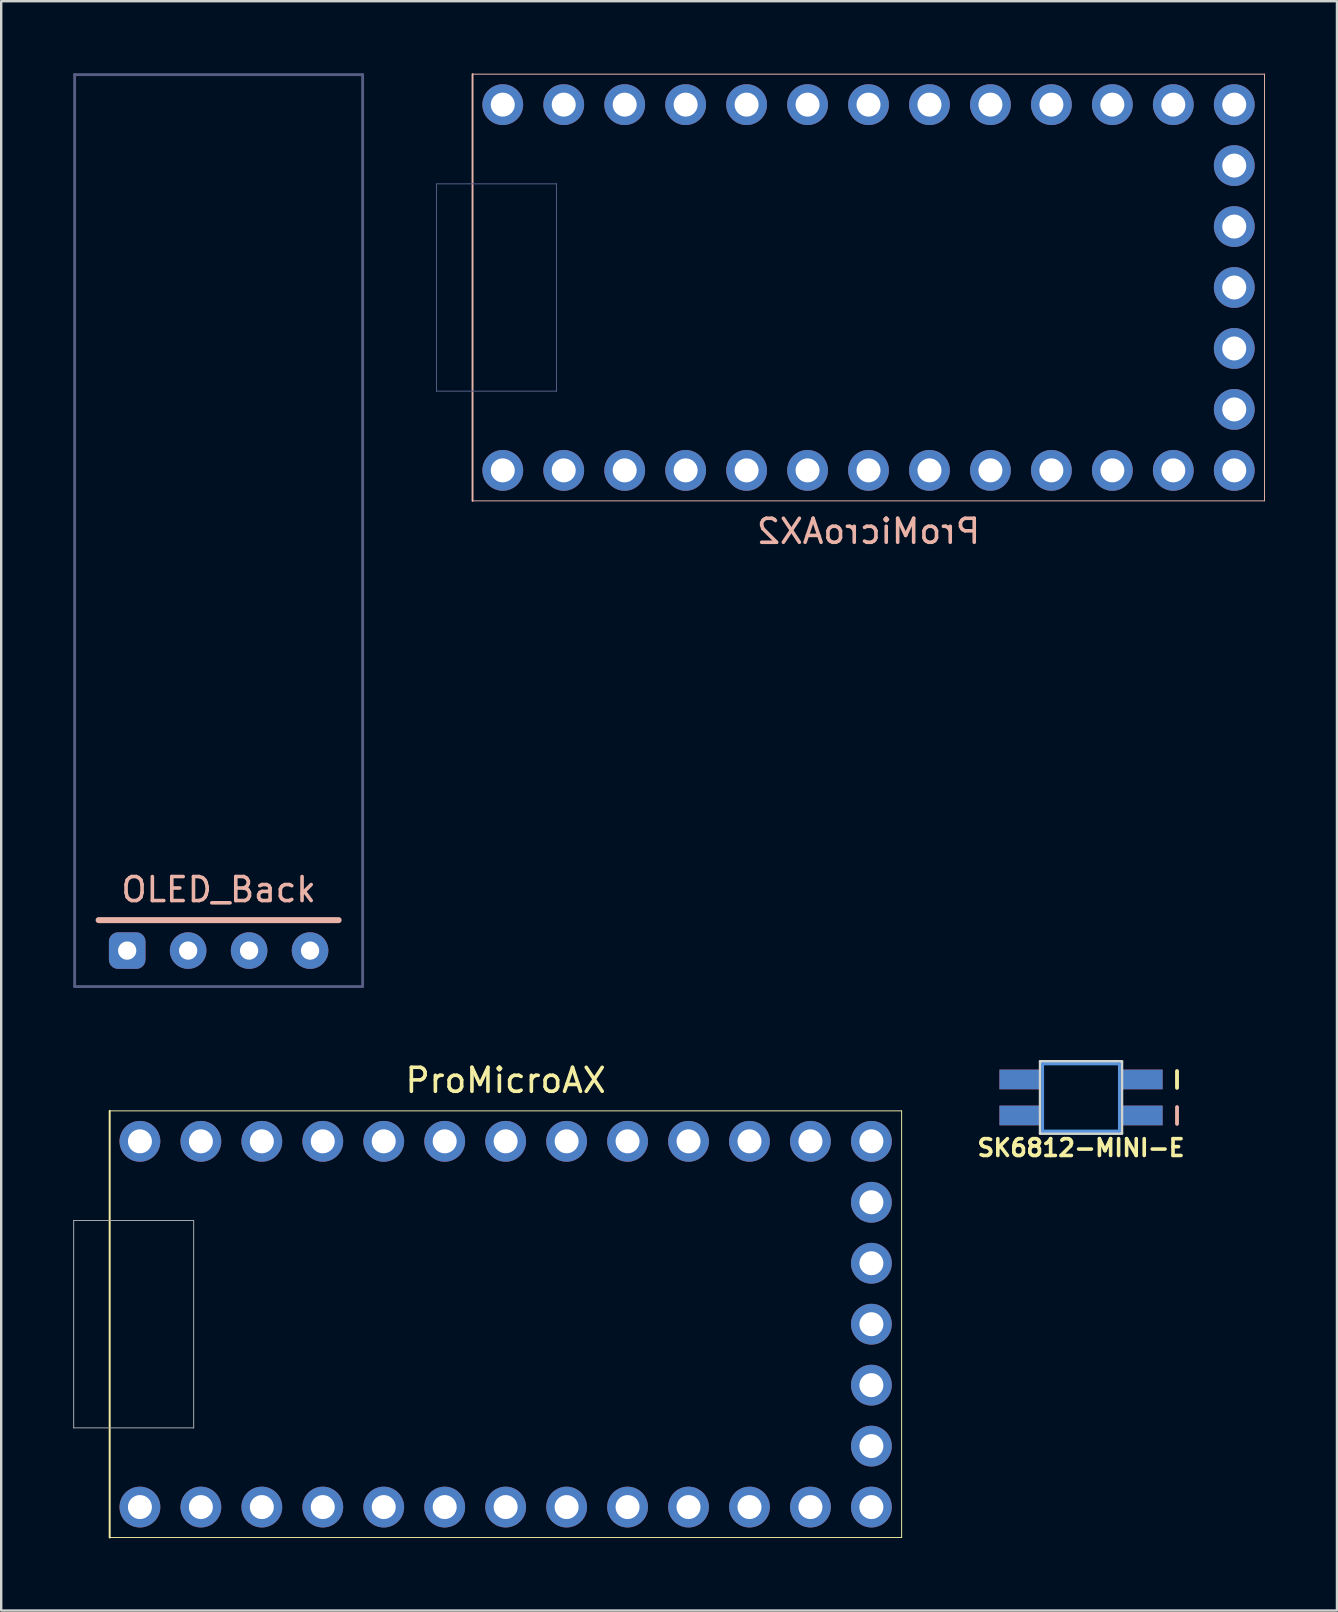
<source format=kicad_pcb>
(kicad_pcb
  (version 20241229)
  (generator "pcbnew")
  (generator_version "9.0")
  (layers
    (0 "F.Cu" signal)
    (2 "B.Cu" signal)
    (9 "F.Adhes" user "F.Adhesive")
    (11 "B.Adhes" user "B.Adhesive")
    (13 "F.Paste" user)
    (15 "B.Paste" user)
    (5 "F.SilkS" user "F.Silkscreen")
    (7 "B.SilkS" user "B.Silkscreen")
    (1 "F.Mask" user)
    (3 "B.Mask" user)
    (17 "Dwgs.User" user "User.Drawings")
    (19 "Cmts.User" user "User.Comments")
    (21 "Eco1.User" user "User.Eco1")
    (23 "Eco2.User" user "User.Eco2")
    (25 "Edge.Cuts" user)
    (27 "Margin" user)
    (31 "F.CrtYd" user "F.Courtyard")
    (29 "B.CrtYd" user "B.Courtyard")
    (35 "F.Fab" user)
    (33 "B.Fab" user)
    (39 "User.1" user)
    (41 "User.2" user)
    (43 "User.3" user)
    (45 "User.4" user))
  (footprint "ProMicroAX"
    (layer "F.Cu")
    (at 18.02 52.128)
    (property "Reference" "ProMicroAX" (at 0 -10.16 0) (layer "F.SilkS") (effects (font (size 1 1) (thickness 0.15))))
    (attr through_hole)
    (fp_line (start -16.5 -8.89) (end -16.5 8.89) (stroke (width 0.08) (type solid)) (layer "F.SilkS"))
    (fp_line (start -16.5 -8.89) (end 16.5 -8.89) (stroke (width 0.04) (type solid)) (layer "F.SilkS"))
    (fp_line (start -16.5 8.89) (end 16.5 8.89) (stroke (width 0.04) (type solid)) (layer "F.SilkS"))
    (fp_line (start 16.5 -8.89) (end 16.5 8.89) (stroke (width 0.04) (type solid)) (layer "F.SilkS"))
    (fp_line (start -18 -4.32) (end -18 4.32) (stroke (width 0.04) (type solid)) (layer "F.Fab"))
    (fp_line (start -18 4.32) (end -13 4.32) (stroke (width 0.04) (type solid)) (layer "F.Fab"))
    (fp_line (start -13 -4.32) (end -18 -4.32) (stroke (width 0.04) (type solid)) (layer "F.Fab"))
    (fp_line (start -13 -4.32) (end -13 4.32) (stroke (width 0.04) (type solid)) (layer "F.Fab"))
    (pad "GND" thru_hole circle (at -10.16 -7.62) (size 1.7 1.7) (drill 1) (layers "*.Cu" "*.Mask"))
    (pad "GND" thru_hole circle (at -7.62 7.62) (size 1.7 1.7) (drill 1) (layers "*.Cu" "*.Mask"))
    (pad "GND" thru_hole circle (at -5.08 7.62) (size 1.7 1.7) (drill 1) (layers "*.Cu" "*.Mask"))
    (pad "P0" thru_hole circle (at -12.7 7.62) (size 1.7 1.7) (drill 1) (layers "*.Cu" "*.Mask"))
    (pad "P1" thru_hole circle (at -10.16 7.62) (size 1.7 1.7) (drill 1) (layers "*.Cu" "*.Mask"))
    (pad "P2" thru_hole circle (at -2.54 7.62) (size 1.7 1.7) (drill 1) (layers "*.Cu" "*.Mask"))
    (pad "P3" thru_hole circle (at 0 7.62) (size 1.7 1.7) (drill 1) (layers "*.Cu" "*.Mask"))
    (pad "P4" thru_hole circle (at 2.54 7.62) (size 1.7 1.7) (drill 1) (layers "*.Cu" "F.Mask"))
    (pad "P5" thru_hole circle (at 5.08 7.62) (size 1.7 1.7) (drill 1) (layers "*.Cu" "*.Mask"))
    (pad "P6" thru_hole circle (at 7.62 7.62) (size 1.7 1.7) (drill 1) (layers "*.Cu" "*.Mask"))
    (pad "P7" thru_hole circle (at 10.16 7.62) (size 1.7 1.7) (drill 1) (layers "*.Cu" "*.Mask"))
    (pad "P8" thru_hole circle (at 12.7 7.62) (size 1.7 1.7) (drill 1) (layers "*.Cu" "*.Mask"))
    (pad "P9" thru_hole circle (at 15.24 7.62) (size 1.7 1.7) (drill 1) (layers "*.Cu" "*.Mask"))
    (pad "P10" thru_hole circle (at -15.24 7.62) (size 1.7 1.7) (drill 1) (layers "*.Cu" "*.Mask"))
    (pad "P11" thru_hole circle (at -15.24 -7.62) (size 1.7 1.7) (drill 1) (layers "*.Cu" "*.Mask"))
    (pad "P12" thru_hole circle (at 15.24 5.08) (size 1.7 1.7) (drill 1) (layers "*.Cu" "*.Mask"))
    (pad "P13" thru_hole circle (at 15.24 2.54) (size 1.7 1.7) (drill 1) (layers "*.Cu" "*.Mask"))
    (pad "P14" thru_hole circle (at 15.24 0) (size 1.7 1.7) (drill 1) (layers "*.Cu" "*.Mask"))
    (pad "P15" thru_hole circle (at 15.24 -2.54) (size 1.7 1.7) (drill 1) (layers "*.Cu" "*.Mask"))
    (pad "P16" thru_hole circle (at 15.24 -5.08) (size 1.7 1.7) (drill 1) (layers "*.Cu" "*.Mask"))
    (pad "P20" thru_hole circle (at 10.16 -7.62) (size 1.7 1.7) (drill 1) (layers "*.Cu" "*.Mask"))
    (pad "P21" thru_hole circle (at 15.24 -7.62) (size 1.7 1.7) (drill 1) (layers "*.Cu" "*.Mask"))
    (pad "P22" thru_hole circle (at 7.62 -7.62) (size 1.7 1.7) (drill 1) (layers "*.Cu" "*.Mask"))
    (pad "P23" thru_hole circle (at 12.7 -7.62) (size 1.7 1.7) (drill 1) (layers "*.Cu" "*.Mask"))
    (pad "P26" thru_hole circle (at 5.08 -7.62) (size 1.7 1.7) (drill 1) (layers "*.Cu" "*.Mask"))
    (pad "P27" thru_hole circle (at 2.54 -7.62) (size 1.7 1.7) (drill 1) (layers "*.Cu" "F.Mask"))
    (pad "P28" thru_hole circle (at 0 -7.62) (size 1.7 1.7) (drill 1) (layers "*.Cu" "*.Mask"))
    (pad "P29" thru_hole circle (at -2.54 -7.62) (size 1.7 1.7) (drill 1) (layers "*.Cu" "*.Mask"))
    (pad "RAW" thru_hole circle (at -12.7 -7.62) (size 1.7 1.7) (drill 1) (layers "*.Cu" "*.Mask"))
    (pad "RST" thru_hole circle (at -7.62 -7.62) (size 1.7 1.7) (drill 1) (layers "*.Cu" "*.Mask"))
    (pad "VDD" thru_hole circle (at -5.08 -7.62) (size 1.7 1.7) (drill 1) (layers "*.Cu" "*.Mask")))
  (footprint "OLED_Back"
    (layer "F.Cu")
    (at 6.06 36.56)
    (property "Reference" "OLED_Back" (at 0 -2.54 0) (layer "B.SilkS") (effects (font (size 1 1) (thickness 0.15))))
    (attr through_hole)
    (fp_line (start 5 -1.27) (end -5 -1.27) (stroke (width 0.25) (type solid)) (layer "B.SilkS"))
    (fp_line (start -6 1.5) (end -6 -36.5) (stroke (width 0.12) (type solid)) (layer "B.Fab"))
    (fp_line (start -6 1.5) (end 6 1.5) (stroke (width 0.12) (type solid)) (layer "B.Fab"))
    (fp_line (start 6 -36.5) (end -6 -36.5) (stroke (width 0.12) (type solid)) (layer "B.Fab"))
    (fp_line (start 6 1.5) (end 6 -36.5) (stroke (width 0.12) (type solid)) (layer "B.Fab"))
    (pad "GND" thru_hole roundrect (at -3.81 0 180) (size 1.524 1.524) (drill 0.762) (layers "*.Cu" "*.Mask") (roundrect_rratio 0.25))
    (pad "SCL" thru_hole circle (at 1.27 0 180) (size 1.524 1.524) (drill 0.762) (layers "*.Cu" "*.Mask"))
    (pad "SDA" thru_hole circle (at 3.81 0 180) (size 1.524 1.524) (drill 0.762) (layers "*.Cu" "*.Mask"))
    (pad "VCC" thru_hole circle (at -1.27 0 180) (size 1.524 1.524) (drill 0.762) (layers "*.Cu" "*.Mask")))
  (footprint "SK6812-MINI-E"
    (layer "F.Cu")
    (at 41.995 42.68)
    (property "Reference" "SK6812-MINI-E" (at 0 2.1 0) (unlocked yes) (layer "F.SilkS") (effects (font (size 0.7 0.7) (thickness 0.15))))
    (attr through_hole)
    (fp_line (start 4 -0.4) (end 4 -1.1) (stroke (width 0.16) (type solid)) (layer "F.SilkS"))
    (fp_line (start 4 0.4) (end 4 1.1) (stroke (width 0.16) (type solid)) (layer "B.SilkS"))
    (fp_line (start -1.6 -1.4) (end 1.6 -1.4) (stroke (width 0.12) (type solid)) (layer "Cmts.User"))
    (fp_line (start -1.6 1.4) (end -1.6 -1.4) (stroke (width 0.12) (type solid)) (layer "Cmts.User"))
    (fp_line (start 1.6 -1.4) (end 1.6 1.4) (stroke (width 0.12) (type solid)) (layer "Cmts.User"))
    (fp_line (start 1.6 1.4) (end -1.6 1.4) (stroke (width 0.12) (type solid)) (layer "Cmts.User"))
    (fp_line (start -1.7 -1.5) (end 1.7 -1.5) (stroke (width 0.12) (type solid)) (layer "Edge.Cuts"))
    (fp_line (start -1.7 1.5) (end -1.7 -1.5) (stroke (width 0.12) (type solid)) (layer "Edge.Cuts"))
    (fp_line (start 1.7 -1.5) (end 1.7 1.5) (stroke (width 0.12) (type solid)) (layer "Edge.Cuts"))
    (fp_line (start 1.7 1.5) (end -1.7 1.5) (stroke (width 0.12) (type solid)) (layer "Edge.Cuts"))
    (pad "DIN" smd rect (at 2.55 -0.75) (size 1.7 0.82) (layers "B.Cu" "B.Mask" "B.Paste"))
    (pad "DIN" smd rect (at 2.55 0.75) (size 1.7 0.82) (layers "F.Cu" "F.Mask" "F.Paste"))
    (pad "DOUT" smd rect (at -2.55 -0.75) (size 1.7 0.82) (layers "F.Cu" "F.Mask" "F.Paste"))
    (pad "DOUT" smd rect (at -2.55 0.75) (size 1.7 0.82) (layers "B.Cu" "B.Mask" "B.Paste"))
    (pad "GND" smd rect (at 2.55 -0.75) (size 1.7 0.82) (layers "F.Cu" "F.Mask" "F.Paste"))
    (pad "GND" smd rect (at 2.55 0.75) (size 1.7 0.82) (layers "B.Cu" "B.Mask" "B.Paste"))
    (pad "VDD" smd rect (at -2.55 -0.75) (size 1.7 0.82) (layers "B.Cu" "B.Mask" "B.Paste"))
    (pad "VDD" smd rect (at -2.55 0.75) (size 1.7 0.82) (layers "F.Cu" "F.Mask" "F.Paste")))
  (footprint "ProMicroAX2"
    (layer "F.Cu")
    (at 33.14 8.93)
    (property "Reference" "ProMicroAX2" (at 0 10.16 0) (layer "B.SilkS") (effects (font (size 1 1) (thickness 0.15)) (justify mirror)))
    (attr through_hole)
    (fp_line (start -16.5 -8.89) (end 16.5 -8.89) (stroke (width 0.04) (type solid)) (layer "B.SilkS"))
    (fp_line (start -16.5 8.89) (end -16.5 -8.89) (stroke (width 0.08) (type solid)) (layer "B.SilkS"))
    (fp_line (start -16.5 8.89) (end 16.5 8.89) (stroke (width 0.04) (type solid)) (layer "B.SilkS"))
    (fp_line (start 16.5 8.89) (end 16.5 -8.89) (stroke (width 0.04) (type solid)) (layer "B.SilkS"))
    (fp_line (start -18 -4.32) (end -13 -4.32) (stroke (width 0.04) (type solid)) (layer "B.Fab"))
    (fp_line (start -18 4.32) (end -18 -4.32) (stroke (width 0.04) (type solid)) (layer "B.Fab"))
    (fp_line (start -13 4.32) (end -18 4.32) (stroke (width 0.04) (type solid)) (layer "B.Fab"))
    (fp_line (start -13 4.32) (end -13 -4.32) (stroke (width 0.04) (type solid)) (layer "B.Fab"))
    (pad "GND" thru_hole circle (at -10.16 7.62) (size 1.7 1.7) (drill 1) (layers "*.Cu" "*.Mask"))
    (pad "GND" thru_hole circle (at -7.62 -7.62) (size 1.7 1.7) (drill 1) (layers "*.Cu" "*.Mask"))
    (pad "GND" thru_hole circle (at -5.08 -7.62) (size 1.7 1.7) (drill 1) (layers "*.Cu" "*.Mask"))
    (pad "P0" thru_hole circle (at -12.7 -7.62) (size 1.7 1.7) (drill 1) (layers "*.Cu" "*.Mask"))
    (pad "P1" thru_hole circle (at -10.16 -7.62) (size 1.7 1.7) (drill 1) (layers "*.Cu" "*.Mask"))
    (pad "P2" thru_hole circle (at -2.54 -7.62) (size 1.7 1.7) (drill 1) (layers "*.Cu" "*.Mask"))
    (pad "P3" thru_hole circle (at 0 -7.62) (size 1.7 1.7) (drill 1) (layers "*.Cu" "*.Mask"))
    (pad "P4" thru_hole circle (at 2.54 -7.62) (size 1.7 1.7) (drill 1) (layers "*.Cu" "B.Mask"))
    (pad "P5" thru_hole circle (at 5.08 -7.62) (size 1.7 1.7) (drill 1) (layers "*.Cu" "*.Mask"))
    (pad "P6" thru_hole circle (at 7.62 -7.62) (size 1.7 1.7) (drill 1) (layers "*.Cu" "*.Mask"))
    (pad "P7" thru_hole circle (at 10.16 -7.62) (size 1.7 1.7) (drill 1) (layers "*.Cu" "*.Mask"))
    (pad "P8" thru_hole circle (at 12.7 -7.62) (size 1.7 1.7) (drill 1) (layers "*.Cu" "*.Mask"))
    (pad "P9" thru_hole circle (at 15.24 -7.62) (size 1.7 1.7) (drill 1) (layers "*.Cu" "*.Mask"))
    (pad "P10" thru_hole circle (at -15.24 -7.62) (size 1.7 1.7) (drill 1) (layers "*.Cu" "*.Mask"))
    (pad "P11" thru_hole circle (at -15.24 7.62) (size 1.7 1.7) (drill 1) (layers "*.Cu" "*.Mask"))
    (pad "P12" thru_hole circle (at 15.24 -5.08) (size 1.7 1.7) (drill 1) (layers "*.Cu" "*.Mask"))
    (pad "P13" thru_hole circle (at 15.24 -2.54) (size 1.7 1.7) (drill 1) (layers "*.Cu" "*.Mask"))
    (pad "P14" thru_hole circle (at 15.24 0) (size 1.7 1.7) (drill 1) (layers "*.Cu" "*.Mask"))
    (pad "P15" thru_hole circle (at 15.24 2.54) (size 1.7 1.7) (drill 1) (layers "*.Cu" "*.Mask"))
    (pad "P16" thru_hole circle (at 15.24 5.08) (size 1.7 1.7) (drill 1) (layers "*.Cu" "*.Mask"))
    (pad "P20" thru_hole circle (at 10.16 7.62) (size 1.7 1.7) (drill 1) (layers "*.Cu" "*.Mask"))
    (pad "P21" thru_hole circle (at 15.24 7.62) (size 1.7 1.7) (drill 1) (layers "*.Cu" "*.Mask"))
    (pad "P22" thru_hole circle (at 7.62 7.62) (size 1.7 1.7) (drill 1) (layers "*.Cu" "*.Mask"))
    (pad "P23" thru_hole circle (at 12.7 7.62) (size 1.7 1.7) (drill 1) (layers "*.Cu" "*.Mask"))
    (pad "P26" thru_hole circle (at 5.08 7.62) (size 1.7 1.7) (drill 1) (layers "*.Cu" "*.Mask"))
    (pad "P27" thru_hole circle (at 2.54 7.62) (size 1.7 1.7) (drill 1) (layers "*.Cu" "B.Mask"))
    (pad "P28" thru_hole circle (at 0 7.62) (size 1.7 1.7) (drill 1) (layers "*.Cu" "*.Mask"))
    (pad "P29" thru_hole circle (at -2.54 7.62) (size 1.7 1.7) (drill 1) (layers "*.Cu" "*.Mask"))
    (pad "RAW" thru_hole circle (at -12.7 7.62) (size 1.7 1.7) (drill 1) (layers "*.Cu" "*.Mask"))
    (pad "RST" thru_hole circle (at -7.62 7.62) (size 1.7 1.7) (drill 1) (layers "*.Cu" "*.Mask"))
    (pad "VDD" thru_hole circle (at -5.08 7.62) (size 1.7 1.7) (drill 1) (layers "*.Cu" "*.Mask")))
  (gr_rect
    (start -3 -3)
    (end 52.66 64.058)
    (stroke (width 0.1) (type default))
    (fill no)
    (layer "Edge.Cuts")))
</source>
